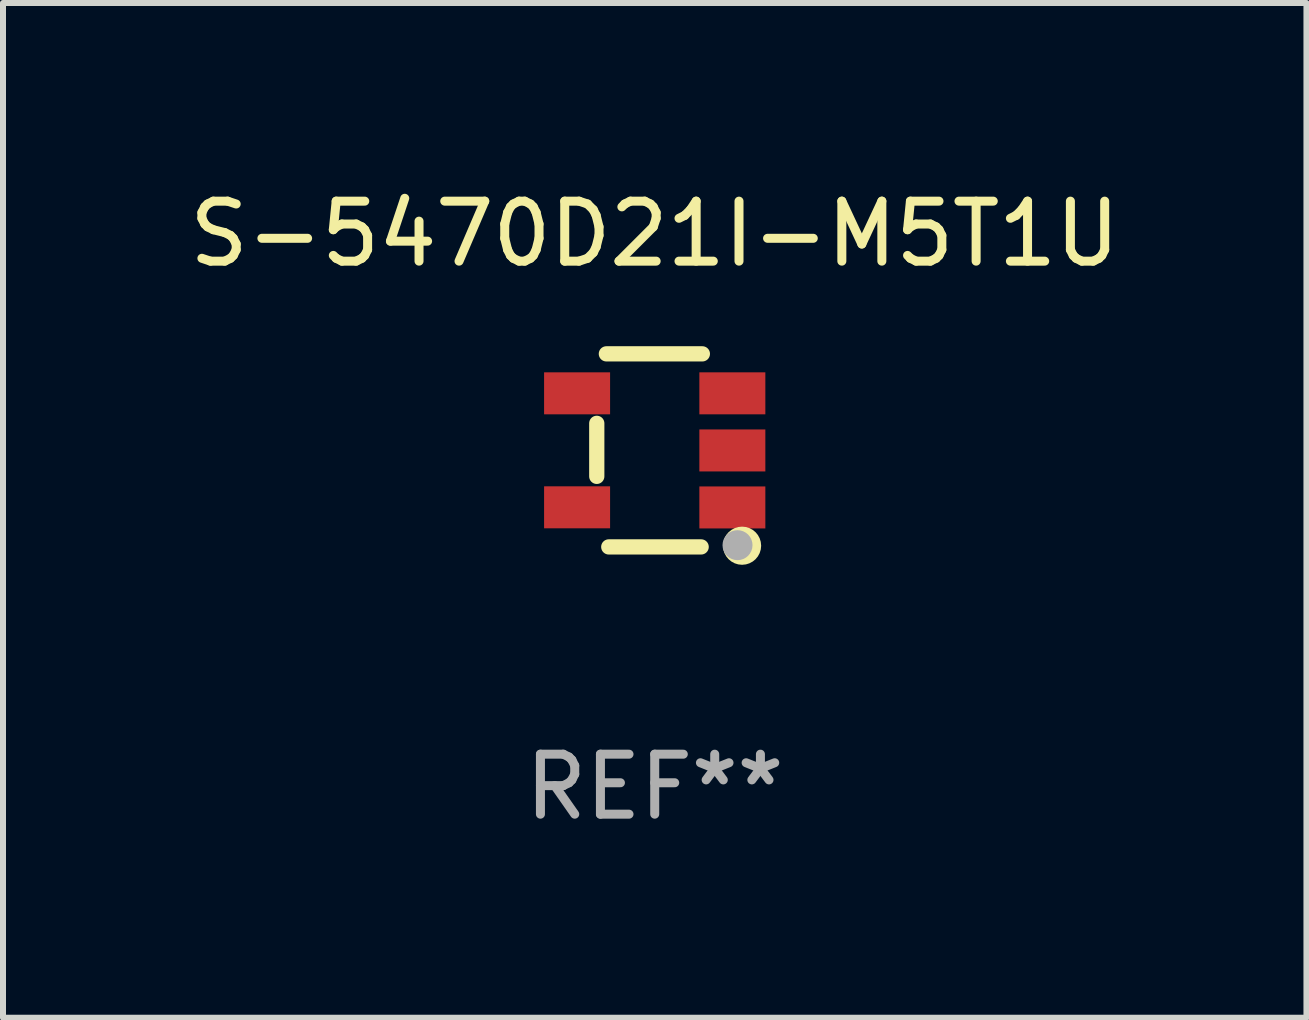
<source format=kicad_pcb>
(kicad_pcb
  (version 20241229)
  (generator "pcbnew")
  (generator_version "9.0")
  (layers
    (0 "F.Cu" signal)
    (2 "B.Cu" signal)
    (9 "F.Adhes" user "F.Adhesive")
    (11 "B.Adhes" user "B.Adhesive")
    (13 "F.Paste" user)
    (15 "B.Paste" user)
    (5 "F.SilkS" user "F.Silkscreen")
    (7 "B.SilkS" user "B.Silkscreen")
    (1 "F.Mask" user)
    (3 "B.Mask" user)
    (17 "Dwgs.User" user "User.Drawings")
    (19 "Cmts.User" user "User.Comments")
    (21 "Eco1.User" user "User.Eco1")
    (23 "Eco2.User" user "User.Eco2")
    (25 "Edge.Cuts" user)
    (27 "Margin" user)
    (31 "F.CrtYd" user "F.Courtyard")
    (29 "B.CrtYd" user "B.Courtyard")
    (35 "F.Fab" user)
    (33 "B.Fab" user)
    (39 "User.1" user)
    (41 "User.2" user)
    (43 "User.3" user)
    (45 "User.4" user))
  (footprint "S-5470D21I-M5T1U"
    (layer "F.Cu")
    (at 7.863 4.457)
    (property "Reference" "S-5470D21I-M5T1U" (at 0 -3.609 0) (layer "F.SilkS") (effects (font (size 1 1) (thickness 0.15))))
    (attr through_hole)
    (fp_line (start -0.966 0.433) (end -0.966 -0.451) (stroke (width 0.254) (type solid)) (layer "F.SilkS"))
    (fp_line (start -0.806 -1.609) (end 0.794 -1.609) (stroke (width 0.254) (type solid)) (layer "F.SilkS"))
    (fp_line (start -0.766 1.609) (end 0.774 1.609) (stroke (width 0.254) (type solid)) (layer "F.SilkS"))
    (fp_circle (center 1.4 1.45) (end 1.43 1.45) (stroke (width 0.06) (type solid)) (fill no) (layer "F.SilkS"))
    (fp_circle (center 1.456 1.589) (end 1.52 1.589) (stroke (width 0.254) (type solid)) (fill no) (layer "F.SilkS"))
    (fp_circle (center 1.38 1.58) (end 1.505 1.58) (stroke (width 0.25) (type solid)) (fill no) (layer "F.Fab"))
    (fp_text user "REF**" (at 0 5.609 0) (layer "F.Fab") (effects (font (size 1 1) (thickness 0.15))))
    (pad "1" smd rect (at 1.294 0.951) (size 1.1 0.7) (layers "F.Cu" "F.Mask" "F.Paste"))
    (pad "2" smd rect (at 1.294 0.001) (size 1.1 0.7) (layers "F.Cu" "F.Mask" "F.Paste"))
    (pad "3" smd rect (at 1.294 -0.951) (size 1.1 0.7) (layers "F.Cu" "F.Mask" "F.Paste"))
    (pad "4" smd rect (at -1.294 -0.951 180) (size 1.1 0.7) (layers "F.Cu" "F.Mask" "F.Paste"))
    (pad "5" smd rect (at -1.294 0.949 180) (size 1.1 0.7) (layers "F.Cu" "F.Mask" "F.Paste")))
  (gr_rect
    (start -3 -3)
    (end 18.726 13.914)
    (stroke (width 0.1) (type default))
    (fill no)
    (layer "Edge.Cuts")))
</source>
